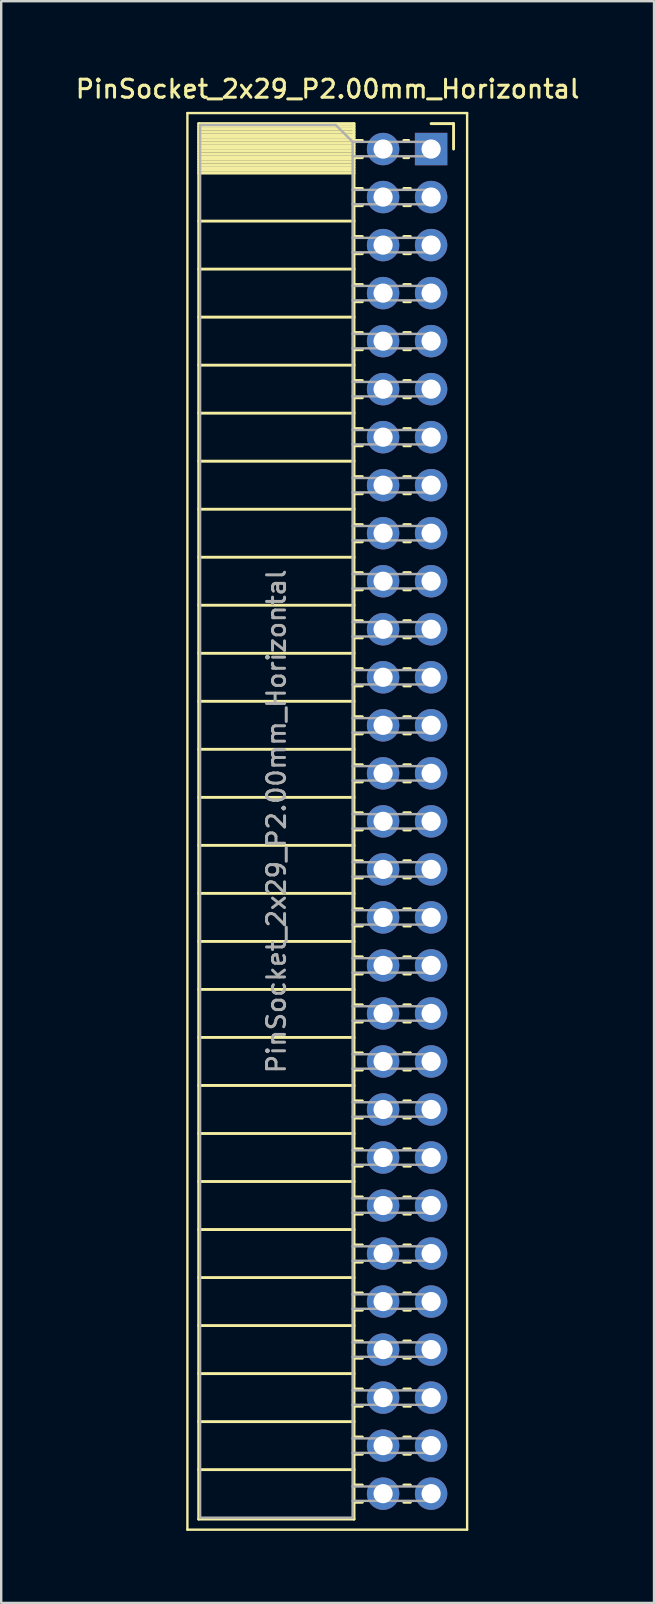
<source format=kicad_pcb>
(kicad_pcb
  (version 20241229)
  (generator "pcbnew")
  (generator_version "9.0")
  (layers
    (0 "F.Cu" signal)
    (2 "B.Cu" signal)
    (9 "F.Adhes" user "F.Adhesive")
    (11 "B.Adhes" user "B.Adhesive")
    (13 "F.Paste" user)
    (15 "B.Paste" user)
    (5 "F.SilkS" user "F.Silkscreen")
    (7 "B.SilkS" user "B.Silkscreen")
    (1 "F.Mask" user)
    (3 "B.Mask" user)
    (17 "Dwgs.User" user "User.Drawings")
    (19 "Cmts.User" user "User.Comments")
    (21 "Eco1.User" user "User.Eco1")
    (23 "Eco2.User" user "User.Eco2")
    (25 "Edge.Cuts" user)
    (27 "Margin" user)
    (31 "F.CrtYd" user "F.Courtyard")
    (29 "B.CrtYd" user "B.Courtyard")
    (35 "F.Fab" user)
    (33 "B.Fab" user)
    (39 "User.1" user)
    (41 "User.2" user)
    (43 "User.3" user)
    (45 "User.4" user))
  (footprint "PinSocket_2x29_P2.00mm_Horizontal"
    (layer "F.Cu")
    (at 14.905 3.158)
    (property "Reference" "PinSocket_2x29_P2.00mm_Horizontal" (at -4.31 -2.5 0) (layer "F.SilkS") (effects (font (size 0.75 0.75) (thickness 0.125))))
    (attr through_hole)
    (fp_line (start -10.15 -1.5) (end -10.15 57.5) (stroke (width 0.1) (type solid)) (layer "F.SilkS"))
    (fp_line (start -10.15 57.5) (end 1.5 57.5) (stroke (width 0.1) (type solid)) (layer "F.SilkS"))
    (fp_line (start -9.68 -1.06) (end -9.68 57.06) (stroke (width 0.12) (type solid)) (layer "F.SilkS"))
    (fp_line (start -9.68 -1.06) (end -3.21 -1.06) (stroke (width 0.12) (type solid)) (layer "F.SilkS"))
    (fp_line (start -9.68 -0.94) (end -3.21 -0.94) (stroke (width 0.12) (type solid)) (layer "F.SilkS"))
    (fp_line (start -9.68 -0.826) (end -3.21 -0.826) (stroke (width 0.12) (type solid)) (layer "F.SilkS"))
    (fp_line (start -9.68 -0.712) (end -3.21 -0.712) (stroke (width 0.12) (type solid)) (layer "F.SilkS"))
    (fp_line (start -9.68 -0.598) (end -3.21 -0.598) (stroke (width 0.12) (type solid)) (layer "F.SilkS"))
    (fp_line (start -9.68 -0.484) (end -3.21 -0.484) (stroke (width 0.12) (type solid)) (layer "F.SilkS"))
    (fp_line (start -9.68 -0.369) (end -3.21 -0.369) (stroke (width 0.12) (type solid)) (layer "F.SilkS"))
    (fp_line (start -9.68 -0.255) (end -3.21 -0.255) (stroke (width 0.12) (type solid)) (layer "F.SilkS"))
    (fp_line (start -9.68 -0.141) (end -3.21 -0.141) (stroke (width 0.12) (type solid)) (layer "F.SilkS"))
    (fp_line (start -9.68 -0.027) (end -3.21 -0.027) (stroke (width 0.12) (type solid)) (layer "F.SilkS"))
    (fp_line (start -9.68 0.087) (end -3.21 0.087) (stroke (width 0.12) (type solid)) (layer "F.SilkS"))
    (fp_line (start -9.68 0.201) (end -3.21 0.201) (stroke (width 0.12) (type solid)) (layer "F.SilkS"))
    (fp_line (start -9.68 0.315) (end -3.21 0.315) (stroke (width 0.12) (type solid)) (layer "F.SilkS"))
    (fp_line (start -9.68 0.429) (end -3.21 0.429) (stroke (width 0.12) (type solid)) (layer "F.SilkS"))
    (fp_line (start -9.68 0.544) (end -3.21 0.544) (stroke (width 0.12) (type solid)) (layer "F.SilkS"))
    (fp_line (start -9.68 0.658) (end -3.21 0.658) (stroke (width 0.12) (type solid)) (layer "F.SilkS"))
    (fp_line (start -9.68 0.772) (end -3.21 0.772) (stroke (width 0.12) (type solid)) (layer "F.SilkS"))
    (fp_line (start -9.68 0.886) (end -3.21 0.886) (stroke (width 0.12) (type solid)) (layer "F.SilkS"))
    (fp_line (start -9.68 1) (end -3.21 1) (stroke (width 0.12) (type solid)) (layer "F.SilkS"))
    (fp_line (start -9.68 3) (end -3.21 3) (stroke (width 0.12) (type solid)) (layer "F.SilkS"))
    (fp_line (start -9.68 5) (end -3.21 5) (stroke (width 0.12) (type solid)) (layer "F.SilkS"))
    (fp_line (start -9.68 7) (end -3.21 7) (stroke (width 0.12) (type solid)) (layer "F.SilkS"))
    (fp_line (start -9.68 9) (end -3.21 9) (stroke (width 0.12) (type solid)) (layer "F.SilkS"))
    (fp_line (start -9.68 11) (end -3.21 11) (stroke (width 0.12) (type solid)) (layer "F.SilkS"))
    (fp_line (start -9.68 13) (end -3.21 13) (stroke (width 0.12) (type solid)) (layer "F.SilkS"))
    (fp_line (start -9.68 15) (end -3.21 15) (stroke (width 0.12) (type solid)) (layer "F.SilkS"))
    (fp_line (start -9.68 17) (end -3.21 17) (stroke (width 0.12) (type solid)) (layer "F.SilkS"))
    (fp_line (start -9.68 19) (end -3.21 19) (stroke (width 0.12) (type solid)) (layer "F.SilkS"))
    (fp_line (start -9.68 21) (end -3.21 21) (stroke (width 0.12) (type solid)) (layer "F.SilkS"))
    (fp_line (start -9.68 23) (end -3.21 23) (stroke (width 0.12) (type solid)) (layer "F.SilkS"))
    (fp_line (start -9.68 25) (end -3.21 25) (stroke (width 0.12) (type solid)) (layer "F.SilkS"))
    (fp_line (start -9.68 27) (end -3.21 27) (stroke (width 0.12) (type solid)) (layer "F.SilkS"))
    (fp_line (start -9.68 29) (end -3.21 29) (stroke (width 0.12) (type solid)) (layer "F.SilkS"))
    (fp_line (start -9.68 31) (end -3.21 31) (stroke (width 0.12) (type solid)) (layer "F.SilkS"))
    (fp_line (start -9.68 33) (end -3.21 33) (stroke (width 0.12) (type solid)) (layer "F.SilkS"))
    (fp_line (start -9.68 35) (end -3.21 35) (stroke (width 0.12) (type solid)) (layer "F.SilkS"))
    (fp_line (start -9.68 37) (end -3.21 37) (stroke (width 0.12) (type solid)) (layer "F.SilkS"))
    (fp_line (start -9.68 39) (end -3.21 39) (stroke (width 0.12) (type solid)) (layer "F.SilkS"))
    (fp_line (start -9.68 41) (end -3.21 41) (stroke (width 0.12) (type solid)) (layer "F.SilkS"))
    (fp_line (start -9.68 43) (end -3.21 43) (stroke (width 0.12) (type solid)) (layer "F.SilkS"))
    (fp_line (start -9.68 45) (end -3.21 45) (stroke (width 0.12) (type solid)) (layer "F.SilkS"))
    (fp_line (start -9.68 47) (end -3.21 47) (stroke (width 0.12) (type solid)) (layer "F.SilkS"))
    (fp_line (start -9.68 49) (end -3.21 49) (stroke (width 0.12) (type solid)) (layer "F.SilkS"))
    (fp_line (start -9.68 51) (end -3.21 51) (stroke (width 0.12) (type solid)) (layer "F.SilkS"))
    (fp_line (start -9.68 53) (end -3.21 53) (stroke (width 0.12) (type solid)) (layer "F.SilkS"))
    (fp_line (start -9.68 55) (end -3.21 55) (stroke (width 0.12) (type solid)) (layer "F.SilkS"))
    (fp_line (start -9.68 57.06) (end -3.21 57.06) (stroke (width 0.12) (type solid)) (layer "F.SilkS"))
    (fp_line (start -3.21 -1.06) (end -3.21 57.06) (stroke (width 0.12) (type solid)) (layer "F.SilkS"))
    (fp_line (start -3.21 -0.36) (end -2.863 -0.36) (stroke (width 0.12) (type solid)) (layer "F.SilkS"))
    (fp_line (start -3.21 0.36) (end -2.863 0.36) (stroke (width 0.12) (type solid)) (layer "F.SilkS"))
    (fp_line (start -3.21 1.64) (end -2.863 1.64) (stroke (width 0.12) (type solid)) (layer "F.SilkS"))
    (fp_line (start -3.21 2.36) (end -2.863 2.36) (stroke (width 0.12) (type solid)) (layer "F.SilkS"))
    (fp_line (start -3.21 3.64) (end -2.863 3.64) (stroke (width 0.12) (type solid)) (layer "F.SilkS"))
    (fp_line (start -3.21 4.36) (end -2.863 4.36) (stroke (width 0.12) (type solid)) (layer "F.SilkS"))
    (fp_line (start -3.21 5.64) (end -2.863 5.64) (stroke (width 0.12) (type solid)) (layer "F.SilkS"))
    (fp_line (start -3.21 6.36) (end -2.863 6.36) (stroke (width 0.12) (type solid)) (layer "F.SilkS"))
    (fp_line (start -3.21 7.64) (end -2.863 7.64) (stroke (width 0.12) (type solid)) (layer "F.SilkS"))
    (fp_line (start -3.21 8.36) (end -2.863 8.36) (stroke (width 0.12) (type solid)) (layer "F.SilkS"))
    (fp_line (start -3.21 9.64) (end -2.863 9.64) (stroke (width 0.12) (type solid)) (layer "F.SilkS"))
    (fp_line (start -3.21 10.36) (end -2.863 10.36) (stroke (width 0.12) (type solid)) (layer "F.SilkS"))
    (fp_line (start -3.21 11.64) (end -2.863 11.64) (stroke (width 0.12) (type solid)) (layer "F.SilkS"))
    (fp_line (start -3.21 12.36) (end -2.863 12.36) (stroke (width 0.12) (type solid)) (layer "F.SilkS"))
    (fp_line (start -3.21 13.64) (end -2.863 13.64) (stroke (width 0.12) (type solid)) (layer "F.SilkS"))
    (fp_line (start -3.21 14.36) (end -2.863 14.36) (stroke (width 0.12) (type solid)) (layer "F.SilkS"))
    (fp_line (start -3.21 15.64) (end -2.863 15.64) (stroke (width 0.12) (type solid)) (layer "F.SilkS"))
    (fp_line (start -3.21 16.36) (end -2.863 16.36) (stroke (width 0.12) (type solid)) (layer "F.SilkS"))
    (fp_line (start -3.21 17.64) (end -2.863 17.64) (stroke (width 0.12) (type solid)) (layer "F.SilkS"))
    (fp_line (start -3.21 18.36) (end -2.863 18.36) (stroke (width 0.12) (type solid)) (layer "F.SilkS"))
    (fp_line (start -3.21 19.64) (end -2.863 19.64) (stroke (width 0.12) (type solid)) (layer "F.SilkS"))
    (fp_line (start -3.21 20.36) (end -2.863 20.36) (stroke (width 0.12) (type solid)) (layer "F.SilkS"))
    (fp_line (start -3.21 21.64) (end -2.863 21.64) (stroke (width 0.12) (type solid)) (layer "F.SilkS"))
    (fp_line (start -3.21 22.36) (end -2.863 22.36) (stroke (width 0.12) (type solid)) (layer "F.SilkS"))
    (fp_line (start -3.21 23.64) (end -2.863 23.64) (stroke (width 0.12) (type solid)) (layer "F.SilkS"))
    (fp_line (start -3.21 24.36) (end -2.863 24.36) (stroke (width 0.12) (type solid)) (layer "F.SilkS"))
    (fp_line (start -3.21 25.64) (end -2.863 25.64) (stroke (width 0.12) (type solid)) (layer "F.SilkS"))
    (fp_line (start -3.21 26.36) (end -2.863 26.36) (stroke (width 0.12) (type solid)) (layer "F.SilkS"))
    (fp_line (start -3.21 27.64) (end -2.863 27.64) (stroke (width 0.12) (type solid)) (layer "F.SilkS"))
    (fp_line (start -3.21 28.36) (end -2.863 28.36) (stroke (width 0.12) (type solid)) (layer "F.SilkS"))
    (fp_line (start -3.21 29.64) (end -2.863 29.64) (stroke (width 0.12) (type solid)) (layer "F.SilkS"))
    (fp_line (start -3.21 30.36) (end -2.863 30.36) (stroke (width 0.12) (type solid)) (layer "F.SilkS"))
    (fp_line (start -3.21 31.64) (end -2.863 31.64) (stroke (width 0.12) (type solid)) (layer "F.SilkS"))
    (fp_line (start -3.21 32.36) (end -2.863 32.36) (stroke (width 0.12) (type solid)) (layer "F.SilkS"))
    (fp_line (start -3.21 33.64) (end -2.863 33.64) (stroke (width 0.12) (type solid)) (layer "F.SilkS"))
    (fp_line (start -3.21 34.36) (end -2.863 34.36) (stroke (width 0.12) (type solid)) (layer "F.SilkS"))
    (fp_line (start -3.21 35.64) (end -2.863 35.64) (stroke (width 0.12) (type solid)) (layer "F.SilkS"))
    (fp_line (start -3.21 36.36) (end -2.863 36.36) (stroke (width 0.12) (type solid)) (layer "F.SilkS"))
    (fp_line (start -3.21 37.64) (end -2.863 37.64) (stroke (width 0.12) (type solid)) (layer "F.SilkS"))
    (fp_line (start -3.21 38.36) (end -2.863 38.36) (stroke (width 0.12) (type solid)) (layer "F.SilkS"))
    (fp_line (start -3.21 39.64) (end -2.863 39.64) (stroke (width 0.12) (type solid)) (layer "F.SilkS"))
    (fp_line (start -3.21 40.36) (end -2.863 40.36) (stroke (width 0.12) (type solid)) (layer "F.SilkS"))
    (fp_line (start -3.21 41.64) (end -2.863 41.64) (stroke (width 0.12) (type solid)) (layer "F.SilkS"))
    (fp_line (start -3.21 42.36) (end -2.863 42.36) (stroke (width 0.12) (type solid)) (layer "F.SilkS"))
    (fp_line (start -3.21 43.64) (end -2.863 43.64) (stroke (width 0.12) (type solid)) (layer "F.SilkS"))
    (fp_line (start -3.21 44.36) (end -2.863 44.36) (stroke (width 0.12) (type solid)) (layer "F.SilkS"))
    (fp_line (start -3.21 45.64) (end -2.863 45.64) (stroke (width 0.12) (type solid)) (layer "F.SilkS"))
    (fp_line (start -3.21 46.36) (end -2.863 46.36) (stroke (width 0.12) (type solid)) (layer "F.SilkS"))
    (fp_line (start -3.21 47.64) (end -2.863 47.64) (stroke (width 0.12) (type solid)) (layer "F.SilkS"))
    (fp_line (start -3.21 48.36) (end -2.863 48.36) (stroke (width 0.12) (type solid)) (layer "F.SilkS"))
    (fp_line (start -3.21 49.64) (end -2.863 49.64) (stroke (width 0.12) (type solid)) (layer "F.SilkS"))
    (fp_line (start -3.21 50.36) (end -2.863 50.36) (stroke (width 0.12) (type solid)) (layer "F.SilkS"))
    (fp_line (start -3.21 51.64) (end -2.863 51.64) (stroke (width 0.12) (type solid)) (layer "F.SilkS"))
    (fp_line (start -3.21 52.36) (end -2.863 52.36) (stroke (width 0.12) (type solid)) (layer "F.SilkS"))
    (fp_line (start -3.21 53.64) (end -2.863 53.64) (stroke (width 0.12) (type solid)) (layer "F.SilkS"))
    (fp_line (start -3.21 54.36) (end -2.863 54.36) (stroke (width 0.12) (type solid)) (layer "F.SilkS"))
    (fp_line (start -3.21 55.64) (end -2.863 55.64) (stroke (width 0.12) (type solid)) (layer "F.SilkS"))
    (fp_line (start -3.21 56.36) (end -2.863 56.36) (stroke (width 0.12) (type solid)) (layer "F.SilkS"))
    (fp_line (start -1.137 -0.36) (end -0.935 -0.36) (stroke (width 0.12) (type solid)) (layer "F.SilkS"))
    (fp_line (start -1.137 0.36) (end -0.935 0.36) (stroke (width 0.12) (type solid)) (layer "F.SilkS"))
    (fp_line (start -1.137 1.64) (end -0.863 1.64) (stroke (width 0.12) (type solid)) (layer "F.SilkS"))
    (fp_line (start -1.137 2.36) (end -0.863 2.36) (stroke (width 0.12) (type solid)) (layer "F.SilkS"))
    (fp_line (start -1.137 3.64) (end -0.863 3.64) (stroke (width 0.12) (type solid)) (layer "F.SilkS"))
    (fp_line (start -1.137 4.36) (end -0.863 4.36) (stroke (width 0.12) (type solid)) (layer "F.SilkS"))
    (fp_line (start -1.137 5.64) (end -0.863 5.64) (stroke (width 0.12) (type solid)) (layer "F.SilkS"))
    (fp_line (start -1.137 6.36) (end -0.863 6.36) (stroke (width 0.12) (type solid)) (layer "F.SilkS"))
    (fp_line (start -1.137 7.64) (end -0.863 7.64) (stroke (width 0.12) (type solid)) (layer "F.SilkS"))
    (fp_line (start -1.137 8.36) (end -0.863 8.36) (stroke (width 0.12) (type solid)) (layer "F.SilkS"))
    (fp_line (start -1.137 9.64) (end -0.863 9.64) (stroke (width 0.12) (type solid)) (layer "F.SilkS"))
    (fp_line (start -1.137 10.36) (end -0.863 10.36) (stroke (width 0.12) (type solid)) (layer "F.SilkS"))
    (fp_line (start -1.137 11.64) (end -0.863 11.64) (stroke (width 0.12) (type solid)) (layer "F.SilkS"))
    (fp_line (start -1.137 12.36) (end -0.863 12.36) (stroke (width 0.12) (type solid)) (layer "F.SilkS"))
    (fp_line (start -1.137 13.64) (end -0.863 13.64) (stroke (width 0.12) (type solid)) (layer "F.SilkS"))
    (fp_line (start -1.137 14.36) (end -0.863 14.36) (stroke (width 0.12) (type solid)) (layer "F.SilkS"))
    (fp_line (start -1.137 15.64) (end -0.863 15.64) (stroke (width 0.12) (type solid)) (layer "F.SilkS"))
    (fp_line (start -1.137 16.36) (end -0.863 16.36) (stroke (width 0.12) (type solid)) (layer "F.SilkS"))
    (fp_line (start -1.137 17.64) (end -0.863 17.64) (stroke (width 0.12) (type solid)) (layer "F.SilkS"))
    (fp_line (start -1.137 18.36) (end -0.863 18.36) (stroke (width 0.12) (type solid)) (layer "F.SilkS"))
    (fp_line (start -1.137 19.64) (end -0.863 19.64) (stroke (width 0.12) (type solid)) (layer "F.SilkS"))
    (fp_line (start -1.137 20.36) (end -0.863 20.36) (stroke (width 0.12) (type solid)) (layer "F.SilkS"))
    (fp_line (start -1.137 21.64) (end -0.863 21.64) (stroke (width 0.12) (type solid)) (layer "F.SilkS"))
    (fp_line (start -1.137 22.36) (end -0.863 22.36) (stroke (width 0.12) (type solid)) (layer "F.SilkS"))
    (fp_line (start -1.137 23.64) (end -0.863 23.64) (stroke (width 0.12) (type solid)) (layer "F.SilkS"))
    (fp_line (start -1.137 24.36) (end -0.863 24.36) (stroke (width 0.12) (type solid)) (layer "F.SilkS"))
    (fp_line (start -1.137 25.64) (end -0.863 25.64) (stroke (width 0.12) (type solid)) (layer "F.SilkS"))
    (fp_line (start -1.137 26.36) (end -0.863 26.36) (stroke (width 0.12) (type solid)) (layer "F.SilkS"))
    (fp_line (start -1.137 27.64) (end -0.863 27.64) (stroke (width 0.12) (type solid)) (layer "F.SilkS"))
    (fp_line (start -1.137 28.36) (end -0.863 28.36) (stroke (width 0.12) (type solid)) (layer "F.SilkS"))
    (fp_line (start -1.137 29.64) (end -0.863 29.64) (stroke (width 0.12) (type solid)) (layer "F.SilkS"))
    (fp_line (start -1.137 30.36) (end -0.863 30.36) (stroke (width 0.12) (type solid)) (layer "F.SilkS"))
    (fp_line (start -1.137 31.64) (end -0.863 31.64) (stroke (width 0.12) (type solid)) (layer "F.SilkS"))
    (fp_line (start -1.137 32.36) (end -0.863 32.36) (stroke (width 0.12) (type solid)) (layer "F.SilkS"))
    (fp_line (start -1.137 33.64) (end -0.863 33.64) (stroke (width 0.12) (type solid)) (layer "F.SilkS"))
    (fp_line (start -1.137 34.36) (end -0.863 34.36) (stroke (width 0.12) (type solid)) (layer "F.SilkS"))
    (fp_line (start -1.137 35.64) (end -0.863 35.64) (stroke (width 0.12) (type solid)) (layer "F.SilkS"))
    (fp_line (start -1.137 36.36) (end -0.863 36.36) (stroke (width 0.12) (type solid)) (layer "F.SilkS"))
    (fp_line (start -1.137 37.64) (end -0.863 37.64) (stroke (width 0.12) (type solid)) (layer "F.SilkS"))
    (fp_line (start -1.137 38.36) (end -0.863 38.36) (stroke (width 0.12) (type solid)) (layer "F.SilkS"))
    (fp_line (start -1.137 39.64) (end -0.863 39.64) (stroke (width 0.12) (type solid)) (layer "F.SilkS"))
    (fp_line (start -1.137 40.36) (end -0.863 40.36) (stroke (width 0.12) (type solid)) (layer "F.SilkS"))
    (fp_line (start -1.137 41.64) (end -0.863 41.64) (stroke (width 0.12) (type solid)) (layer "F.SilkS"))
    (fp_line (start -1.137 42.36) (end -0.863 42.36) (stroke (width 0.12) (type solid)) (layer "F.SilkS"))
    (fp_line (start -1.137 43.64) (end -0.863 43.64) (stroke (width 0.12) (type solid)) (layer "F.SilkS"))
    (fp_line (start -1.137 44.36) (end -0.863 44.36) (stroke (width 0.12) (type solid)) (layer "F.SilkS"))
    (fp_line (start -1.137 45.64) (end -0.863 45.64) (stroke (width 0.12) (type solid)) (layer "F.SilkS"))
    (fp_line (start -1.137 46.36) (end -0.863 46.36) (stroke (width 0.12) (type solid)) (layer "F.SilkS"))
    (fp_line (start -1.137 47.64) (end -0.863 47.64) (stroke (width 0.12) (type solid)) (layer "F.SilkS"))
    (fp_line (start -1.137 48.36) (end -0.863 48.36) (stroke (width 0.12) (type solid)) (layer "F.SilkS"))
    (fp_line (start -1.137 49.64) (end -0.863 49.64) (stroke (width 0.12) (type solid)) (layer "F.SilkS"))
    (fp_line (start -1.137 50.36) (end -0.863 50.36) (stroke (width 0.12) (type solid)) (layer "F.SilkS"))
    (fp_line (start -1.137 51.64) (end -0.863 51.64) (stroke (width 0.12) (type solid)) (layer "F.SilkS"))
    (fp_line (start -1.137 52.36) (end -0.863 52.36) (stroke (width 0.12) (type solid)) (layer "F.SilkS"))
    (fp_line (start -1.137 53.64) (end -0.863 53.64) (stroke (width 0.12) (type solid)) (layer "F.SilkS"))
    (fp_line (start -1.137 54.36) (end -0.863 54.36) (stroke (width 0.12) (type solid)) (layer "F.SilkS"))
    (fp_line (start -1.137 55.64) (end -0.863 55.64) (stroke (width 0.12) (type solid)) (layer "F.SilkS"))
    (fp_line (start -1.137 56.36) (end -0.863 56.36) (stroke (width 0.12) (type solid)) (layer "F.SilkS"))
    (fp_line (start 0 -1.06) (end 0.935 -1.06) (stroke (width 0.12) (type solid)) (layer "F.SilkS"))
    (fp_line (start 0.935 -1.06) (end 0.935 0) (stroke (width 0.12) (type solid)) (layer "F.SilkS"))
    (fp_line (start 1.5 -1.5) (end -10.15 -1.5) (stroke (width 0.1) (type solid)) (layer "F.SilkS"))
    (fp_line (start 1.5 57.5) (end 1.5 -1.5) (stroke (width 0.1) (type solid)) (layer "F.SilkS"))
    (fp_line (start -9.62 -1) (end -3.97 -1) (stroke (width 0.1) (type solid)) (layer "F.Fab"))
    (fp_line (start -9.62 57) (end -9.62 -1) (stroke (width 0.1) (type solid)) (layer "F.Fab"))
    (fp_line (start -3.97 -1) (end -3.27 -0.3) (stroke (width 0.1) (type solid)) (layer "F.Fab"))
    (fp_line (start -3.27 -0.3) (end -3.27 57) (stroke (width 0.1) (type solid)) (layer "F.Fab"))
    (fp_line (start -3.27 0.3) (end 0 0.3) (stroke (width 0.1) (type solid)) (layer "F.Fab"))
    (fp_line (start -3.27 2.3) (end 0 2.3) (stroke (width 0.1) (type solid)) (layer "F.Fab"))
    (fp_line (start -3.27 4.3) (end 0 4.3) (stroke (width 0.1) (type solid)) (layer "F.Fab"))
    (fp_line (start -3.27 6.3) (end 0 6.3) (stroke (width 0.1) (type solid)) (layer "F.Fab"))
    (fp_line (start -3.27 8.3) (end 0 8.3) (stroke (width 0.1) (type solid)) (layer "F.Fab"))
    (fp_line (start -3.27 10.3) (end 0 10.3) (stroke (width 0.1) (type solid)) (layer "F.Fab"))
    (fp_line (start -3.27 12.3) (end 0 12.3) (stroke (width 0.1) (type solid)) (layer "F.Fab"))
    (fp_line (start -3.27 14.3) (end 0 14.3) (stroke (width 0.1) (type solid)) (layer "F.Fab"))
    (fp_line (start -3.27 16.3) (end 0 16.3) (stroke (width 0.1) (type solid)) (layer "F.Fab"))
    (fp_line (start -3.27 18.3) (end 0 18.3) (stroke (width 0.1) (type solid)) (layer "F.Fab"))
    (fp_line (start -3.27 20.3) (end 0 20.3) (stroke (width 0.1) (type solid)) (layer "F.Fab"))
    (fp_line (start -3.27 22.3) (end 0 22.3) (stroke (width 0.1) (type solid)) (layer "F.Fab"))
    (fp_line (start -3.27 24.3) (end 0 24.3) (stroke (width 0.1) (type solid)) (layer "F.Fab"))
    (fp_line (start -3.27 26.3) (end 0 26.3) (stroke (width 0.1) (type solid)) (layer "F.Fab"))
    (fp_line (start -3.27 28.3) (end 0 28.3) (stroke (width 0.1) (type solid)) (layer "F.Fab"))
    (fp_line (start -3.27 30.3) (end 0 30.3) (stroke (width 0.1) (type solid)) (layer "F.Fab"))
    (fp_line (start -3.27 32.3) (end 0 32.3) (stroke (width 0.1) (type solid)) (layer "F.Fab"))
    (fp_line (start -3.27 34.3) (end 0 34.3) (stroke (width 0.1) (type solid)) (layer "F.Fab"))
    (fp_line (start -3.27 36.3) (end 0 36.3) (stroke (width 0.1) (type solid)) (layer "F.Fab"))
    (fp_line (start -3.27 38.3) (end 0 38.3) (stroke (width 0.1) (type solid)) (layer "F.Fab"))
    (fp_line (start -3.27 40.3) (end 0 40.3) (stroke (width 0.1) (type solid)) (layer "F.Fab"))
    (fp_line (start -3.27 42.3) (end 0 42.3) (stroke (width 0.1) (type solid)) (layer "F.Fab"))
    (fp_line (start -3.27 44.3) (end 0 44.3) (stroke (width 0.1) (type solid)) (layer "F.Fab"))
    (fp_line (start -3.27 46.3) (end 0 46.3) (stroke (width 0.1) (type solid)) (layer "F.Fab"))
    (fp_line (start -3.27 48.3) (end 0 48.3) (stroke (width 0.1) (type solid)) (layer "F.Fab"))
    (fp_line (start -3.27 50.3) (end 0 50.3) (stroke (width 0.1) (type solid)) (layer "F.Fab"))
    (fp_line (start -3.27 52.3) (end 0 52.3) (stroke (width 0.1) (type solid)) (layer "F.Fab"))
    (fp_line (start -3.27 54.3) (end 0 54.3) (stroke (width 0.1) (type solid)) (layer "F.Fab"))
    (fp_line (start -3.27 56.3) (end 0 56.3) (stroke (width 0.1) (type solid)) (layer "F.Fab"))
    (fp_line (start -3.27 57) (end -9.62 57) (stroke (width 0.1) (type solid)) (layer "F.Fab"))
    (fp_line (start 0 -0.3) (end -3.27 -0.3) (stroke (width 0.1) (type solid)) (layer "F.Fab"))
    (fp_line (start 0 0.3) (end 0 -0.3) (stroke (width 0.1) (type solid)) (layer "F.Fab"))
    (fp_line (start 0 1.7) (end -3.27 1.7) (stroke (width 0.1) (type solid)) (layer "F.Fab"))
    (fp_line (start 0 2.3) (end 0 1.7) (stroke (width 0.1) (type solid)) (layer "F.Fab"))
    (fp_line (start 0 3.7) (end -3.27 3.7) (stroke (width 0.1) (type solid)) (layer "F.Fab"))
    (fp_line (start 0 4.3) (end 0 3.7) (stroke (width 0.1) (type solid)) (layer "F.Fab"))
    (fp_line (start 0 5.7) (end -3.27 5.7) (stroke (width 0.1) (type solid)) (layer "F.Fab"))
    (fp_line (start 0 6.3) (end 0 5.7) (stroke (width 0.1) (type solid)) (layer "F.Fab"))
    (fp_line (start 0 7.7) (end -3.27 7.7) (stroke (width 0.1) (type solid)) (layer "F.Fab"))
    (fp_line (start 0 8.3) (end 0 7.7) (stroke (width 0.1) (type solid)) (layer "F.Fab"))
    (fp_line (start 0 9.7) (end -3.27 9.7) (stroke (width 0.1) (type solid)) (layer "F.Fab"))
    (fp_line (start 0 10.3) (end 0 9.7) (stroke (width 0.1) (type solid)) (layer "F.Fab"))
    (fp_line (start 0 11.7) (end -3.27 11.7) (stroke (width 0.1) (type solid)) (layer "F.Fab"))
    (fp_line (start 0 12.3) (end 0 11.7) (stroke (width 0.1) (type solid)) (layer "F.Fab"))
    (fp_line (start 0 13.7) (end -3.27 13.7) (stroke (width 0.1) (type solid)) (layer "F.Fab"))
    (fp_line (start 0 14.3) (end 0 13.7) (stroke (width 0.1) (type solid)) (layer "F.Fab"))
    (fp_line (start 0 15.7) (end -3.27 15.7) (stroke (width 0.1) (type solid)) (layer "F.Fab"))
    (fp_line (start 0 16.3) (end 0 15.7) (stroke (width 0.1) (type solid)) (layer "F.Fab"))
    (fp_line (start 0 17.7) (end -3.27 17.7) (stroke (width 0.1) (type solid)) (layer "F.Fab"))
    (fp_line (start 0 18.3) (end 0 17.7) (stroke (width 0.1) (type solid)) (layer "F.Fab"))
    (fp_line (start 0 19.7) (end -3.27 19.7) (stroke (width 0.1) (type solid)) (layer "F.Fab"))
    (fp_line (start 0 20.3) (end 0 19.7) (stroke (width 0.1) (type solid)) (layer "F.Fab"))
    (fp_line (start 0 21.7) (end -3.27 21.7) (stroke (width 0.1) (type solid)) (layer "F.Fab"))
    (fp_line (start 0 22.3) (end 0 21.7) (stroke (width 0.1) (type solid)) (layer "F.Fab"))
    (fp_line (start 0 23.7) (end -3.27 23.7) (stroke (width 0.1) (type solid)) (layer "F.Fab"))
    (fp_line (start 0 24.3) (end 0 23.7) (stroke (width 0.1) (type solid)) (layer "F.Fab"))
    (fp_line (start 0 25.7) (end -3.27 25.7) (stroke (width 0.1) (type solid)) (layer "F.Fab"))
    (fp_line (start 0 26.3) (end 0 25.7) (stroke (width 0.1) (type solid)) (layer "F.Fab"))
    (fp_line (start 0 27.7) (end -3.27 27.7) (stroke (width 0.1) (type solid)) (layer "F.Fab"))
    (fp_line (start 0 28.3) (end 0 27.7) (stroke (width 0.1) (type solid)) (layer "F.Fab"))
    (fp_line (start 0 29.7) (end -3.27 29.7) (stroke (width 0.1) (type solid)) (layer "F.Fab"))
    (fp_line (start 0 30.3) (end 0 29.7) (stroke (width 0.1) (type solid)) (layer "F.Fab"))
    (fp_line (start 0 31.7) (end -3.27 31.7) (stroke (width 0.1) (type solid)) (layer "F.Fab"))
    (fp_line (start 0 32.3) (end 0 31.7) (stroke (width 0.1) (type solid)) (layer "F.Fab"))
    (fp_line (start 0 33.7) (end -3.27 33.7) (stroke (width 0.1) (type solid)) (layer "F.Fab"))
    (fp_line (start 0 34.3) (end 0 33.7) (stroke (width 0.1) (type solid)) (layer "F.Fab"))
    (fp_line (start 0 35.7) (end -3.27 35.7) (stroke (width 0.1) (type solid)) (layer "F.Fab"))
    (fp_line (start 0 36.3) (end 0 35.7) (stroke (width 0.1) (type solid)) (layer "F.Fab"))
    (fp_line (start 0 37.7) (end -3.27 37.7) (stroke (width 0.1) (type solid)) (layer "F.Fab"))
    (fp_line (start 0 38.3) (end 0 37.7) (stroke (width 0.1) (type solid)) (layer "F.Fab"))
    (fp_line (start 0 39.7) (end -3.27 39.7) (stroke (width 0.1) (type solid)) (layer "F.Fab"))
    (fp_line (start 0 40.3) (end 0 39.7) (stroke (width 0.1) (type solid)) (layer "F.Fab"))
    (fp_line (start 0 41.7) (end -3.27 41.7) (stroke (width 0.1) (type solid)) (layer "F.Fab"))
    (fp_line (start 0 42.3) (end 0 41.7) (stroke (width 0.1) (type solid)) (layer "F.Fab"))
    (fp_line (start 0 43.7) (end -3.27 43.7) (stroke (width 0.1) (type solid)) (layer "F.Fab"))
    (fp_line (start 0 44.3) (end 0 43.7) (stroke (width 0.1) (type solid)) (layer "F.Fab"))
    (fp_line (start 0 45.7) (end -3.27 45.7) (stroke (width 0.1) (type solid)) (layer "F.Fab"))
    (fp_line (start 0 46.3) (end 0 45.7) (stroke (width 0.1) (type solid)) (layer "F.Fab"))
    (fp_line (start 0 47.7) (end -3.27 47.7) (stroke (width 0.1) (type solid)) (layer "F.Fab"))
    (fp_line (start 0 48.3) (end 0 47.7) (stroke (width 0.1) (type solid)) (layer "F.Fab"))
    (fp_line (start 0 49.7) (end -3.27 49.7) (stroke (width 0.1) (type solid)) (layer "F.Fab"))
    (fp_line (start 0 50.3) (end 0 49.7) (stroke (width 0.1) (type solid)) (layer "F.Fab"))
    (fp_line (start 0 51.7) (end -3.27 51.7) (stroke (width 0.1) (type solid)) (layer "F.Fab"))
    (fp_line (start 0 52.3) (end 0 51.7) (stroke (width 0.1) (type solid)) (layer "F.Fab"))
    (fp_line (start 0 53.7) (end -3.27 53.7) (stroke (width 0.1) (type solid)) (layer "F.Fab"))
    (fp_line (start 0 54.3) (end 0 53.7) (stroke (width 0.1) (type solid)) (layer "F.Fab"))
    (fp_line (start 0 55.7) (end -3.27 55.7) (stroke (width 0.1) (type solid)) (layer "F.Fab"))
    (fp_line (start 0 56.3) (end 0 55.7) (stroke (width 0.1) (type solid)) (layer "F.Fab"))
    (fp_text user "${REFERENCE}" (at -6.445 28 90) (layer "F.Fab") (effects (font (size 0.75 0.75) (thickness 0.125))))
    (pad "1" thru_hole rect (at 0 0) (size 1.35 1.35) (drill 0.8) (layers "*.Cu" "*.Mask"))
    (pad "2" thru_hole oval (at -2 0) (size 1.35 1.35) (drill 0.8) (layers "*.Cu" "*.Mask"))
    (pad "3" thru_hole oval (at 0 2) (size 1.35 1.35) (drill 0.8) (layers "*.Cu" "*.Mask"))
    (pad "4" thru_hole oval (at -2 2) (size 1.35 1.35) (drill 0.8) (layers "*.Cu" "*.Mask"))
    (pad "5" thru_hole oval (at 0 4) (size 1.35 1.35) (drill 0.8) (layers "*.Cu" "*.Mask"))
    (pad "6" thru_hole oval (at -2 4) (size 1.35 1.35) (drill 0.8) (layers "*.Cu" "*.Mask"))
    (pad "7" thru_hole oval (at 0 6) (size 1.35 1.35) (drill 0.8) (layers "*.Cu" "*.Mask"))
    (pad "8" thru_hole oval (at -2 6) (size 1.35 1.35) (drill 0.8) (layers "*.Cu" "*.Mask"))
    (pad "9" thru_hole oval (at 0 8) (size 1.35 1.35) (drill 0.8) (layers "*.Cu" "*.Mask"))
    (pad "10" thru_hole oval (at -2 8) (size 1.35 1.35) (drill 0.8) (layers "*.Cu" "*.Mask"))
    (pad "11" thru_hole oval (at 0 10) (size 1.35 1.35) (drill 0.8) (layers "*.Cu" "*.Mask"))
    (pad "12" thru_hole oval (at -2 10) (size 1.35 1.35) (drill 0.8) (layers "*.Cu" "*.Mask"))
    (pad "13" thru_hole oval (at 0 12) (size 1.35 1.35) (drill 0.8) (layers "*.Cu" "*.Mask"))
    (pad "14" thru_hole oval (at -2 12) (size 1.35 1.35) (drill 0.8) (layers "*.Cu" "*.Mask"))
    (pad "15" thru_hole oval (at 0 14) (size 1.35 1.35) (drill 0.8) (layers "*.Cu" "*.Mask"))
    (pad "16" thru_hole oval (at -2 14) (size 1.35 1.35) (drill 0.8) (layers "*.Cu" "*.Mask"))
    (pad "17" thru_hole oval (at 0 16) (size 1.35 1.35) (drill 0.8) (layers "*.Cu" "*.Mask"))
    (pad "18" thru_hole oval (at -2 16) (size 1.35 1.35) (drill 0.8) (layers "*.Cu" "*.Mask"))
    (pad "19" thru_hole oval (at 0 18) (size 1.35 1.35) (drill 0.8) (layers "*.Cu" "*.Mask"))
    (pad "20" thru_hole oval (at -2 18) (size 1.35 1.35) (drill 0.8) (layers "*.Cu" "*.Mask"))
    (pad "21" thru_hole oval (at 0 20) (size 1.35 1.35) (drill 0.8) (layers "*.Cu" "*.Mask"))
    (pad "22" thru_hole oval (at -2 20) (size 1.35 1.35) (drill 0.8) (layers "*.Cu" "*.Mask"))
    (pad "23" thru_hole oval (at 0 22) (size 1.35 1.35) (drill 0.8) (layers "*.Cu" "*.Mask"))
    (pad "24" thru_hole oval (at -2 22) (size 1.35 1.35) (drill 0.8) (layers "*.Cu" "*.Mask"))
    (pad "25" thru_hole oval (at 0 24) (size 1.35 1.35) (drill 0.8) (layers "*.Cu" "*.Mask"))
    (pad "26" thru_hole oval (at -2 24) (size 1.35 1.35) (drill 0.8) (layers "*.Cu" "*.Mask"))
    (pad "27" thru_hole oval (at 0 26) (size 1.35 1.35) (drill 0.8) (layers "*.Cu" "*.Mask"))
    (pad "28" thru_hole oval (at -2 26) (size 1.35 1.35) (drill 0.8) (layers "*.Cu" "*.Mask"))
    (pad "29" thru_hole oval (at 0 28) (size 1.35 1.35) (drill 0.8) (layers "*.Cu" "*.Mask"))
    (pad "30" thru_hole oval (at -2 28) (size 1.35 1.35) (drill 0.8) (layers "*.Cu" "*.Mask"))
    (pad "31" thru_hole oval (at 0 30) (size 1.35 1.35) (drill 0.8) (layers "*.Cu" "*.Mask"))
    (pad "32" thru_hole oval (at -2 30) (size 1.35 1.35) (drill 0.8) (layers "*.Cu" "*.Mask"))
    (pad "33" thru_hole oval (at 0 32) (size 1.35 1.35) (drill 0.8) (layers "*.Cu" "*.Mask"))
    (pad "34" thru_hole oval (at -2 32) (size 1.35 1.35) (drill 0.8) (layers "*.Cu" "*.Mask"))
    (pad "35" thru_hole oval (at 0 34) (size 1.35 1.35) (drill 0.8) (layers "*.Cu" "*.Mask"))
    (pad "36" thru_hole oval (at -2 34) (size 1.35 1.35) (drill 0.8) (layers "*.Cu" "*.Mask"))
    (pad "37" thru_hole oval (at 0 36) (size 1.35 1.35) (drill 0.8) (layers "*.Cu" "*.Mask"))
    (pad "38" thru_hole oval (at -2 36) (size 1.35 1.35) (drill 0.8) (layers "*.Cu" "*.Mask"))
    (pad "39" thru_hole oval (at 0 38) (size 1.35 1.35) (drill 0.8) (layers "*.Cu" "*.Mask"))
    (pad "40" thru_hole oval (at -2 38) (size 1.35 1.35) (drill 0.8) (layers "*.Cu" "*.Mask"))
    (pad "41" thru_hole oval (at 0 40) (size 1.35 1.35) (drill 0.8) (layers "*.Cu" "*.Mask"))
    (pad "42" thru_hole oval (at -2 40) (size 1.35 1.35) (drill 0.8) (layers "*.Cu" "*.Mask"))
    (pad "43" thru_hole oval (at 0 42) (size 1.35 1.35) (drill 0.8) (layers "*.Cu" "*.Mask"))
    (pad "44" thru_hole oval (at -2 42) (size 1.35 1.35) (drill 0.8) (layers "*.Cu" "*.Mask"))
    (pad "45" thru_hole oval (at 0 44) (size 1.35 1.35) (drill 0.8) (layers "*.Cu" "*.Mask"))
    (pad "46" thru_hole oval (at -2 44) (size 1.35 1.35) (drill 0.8) (layers "*.Cu" "*.Mask"))
    (pad "47" thru_hole oval (at 0 46) (size 1.35 1.35) (drill 0.8) (layers "*.Cu" "*.Mask"))
    (pad "48" thru_hole oval (at -2 46) (size 1.35 1.35) (drill 0.8) (layers "*.Cu" "*.Mask"))
    (pad "49" thru_hole oval (at 0 48) (size 1.35 1.35) (drill 0.8) (layers "*.Cu" "*.Mask"))
    (pad "50" thru_hole oval (at -2 48) (size 1.35 1.35) (drill 0.8) (layers "*.Cu" "*.Mask"))
    (pad "51" thru_hole oval (at 0 50) (size 1.35 1.35) (drill 0.8) (layers "*.Cu" "*.Mask"))
    (pad "52" thru_hole oval (at -2 50) (size 1.35 1.35) (drill 0.8) (layers "*.Cu" "*.Mask"))
    (pad "53" thru_hole oval (at 0 52) (size 1.35 1.35) (drill 0.8) (layers "*.Cu" "*.Mask"))
    (pad "54" thru_hole oval (at -2 52) (size 1.35 1.35) (drill 0.8) (layers "*.Cu" "*.Mask"))
    (pad "55" thru_hole oval (at 0 54) (size 1.35 1.35) (drill 0.8) (layers "*.Cu" "*.Mask"))
    (pad "56" thru_hole oval (at -2 54) (size 1.35 1.35) (drill 0.8) (layers "*.Cu" "*.Mask"))
    (pad "57" thru_hole oval (at 0 56) (size 1.35 1.35) (drill 0.8) (layers "*.Cu" "*.Mask"))
    (pad "58" thru_hole oval (at -2 56) (size 1.35 1.35) (drill 0.8) (layers "*.Cu" "*.Mask")))
  (gr_rect
    (start -3 -3)
    (end 24.189 63.708)
    (stroke (width 0.1) (type default))
    (fill no)
    (layer "Edge.Cuts")))
</source>
